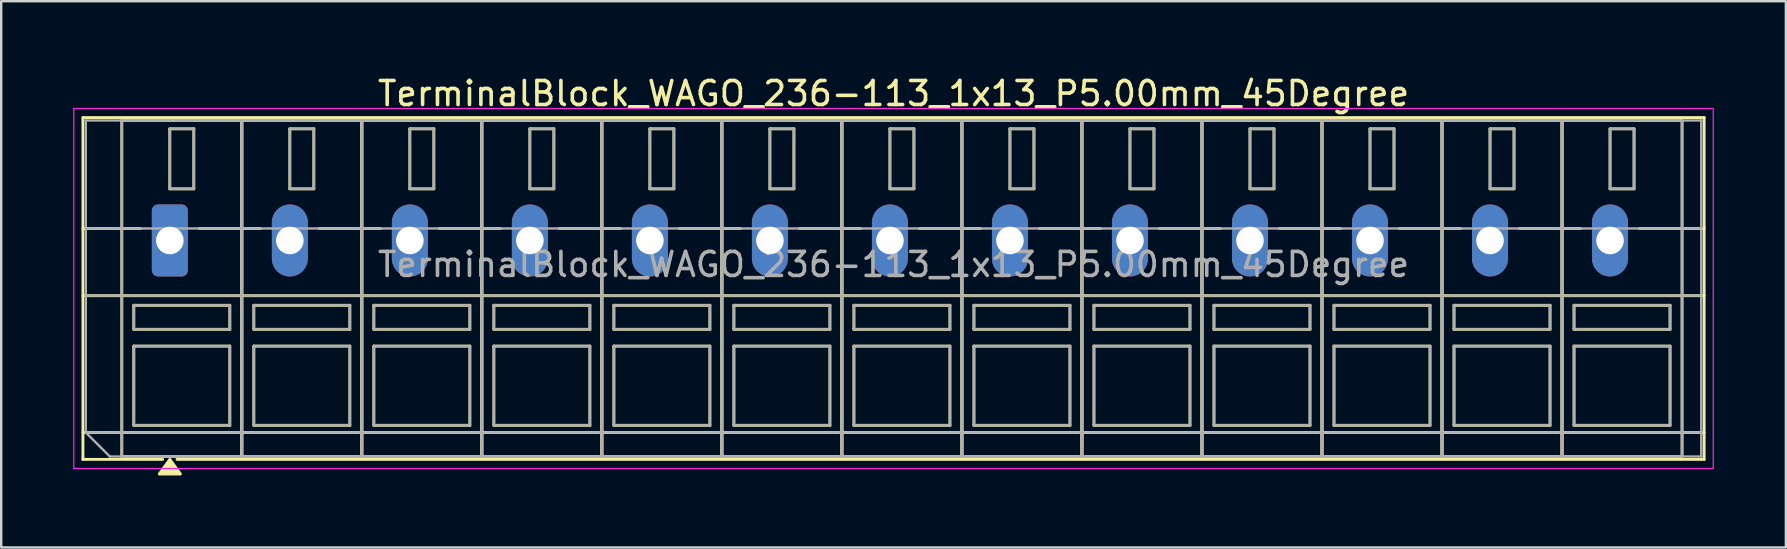
<source format=kicad_pcb>
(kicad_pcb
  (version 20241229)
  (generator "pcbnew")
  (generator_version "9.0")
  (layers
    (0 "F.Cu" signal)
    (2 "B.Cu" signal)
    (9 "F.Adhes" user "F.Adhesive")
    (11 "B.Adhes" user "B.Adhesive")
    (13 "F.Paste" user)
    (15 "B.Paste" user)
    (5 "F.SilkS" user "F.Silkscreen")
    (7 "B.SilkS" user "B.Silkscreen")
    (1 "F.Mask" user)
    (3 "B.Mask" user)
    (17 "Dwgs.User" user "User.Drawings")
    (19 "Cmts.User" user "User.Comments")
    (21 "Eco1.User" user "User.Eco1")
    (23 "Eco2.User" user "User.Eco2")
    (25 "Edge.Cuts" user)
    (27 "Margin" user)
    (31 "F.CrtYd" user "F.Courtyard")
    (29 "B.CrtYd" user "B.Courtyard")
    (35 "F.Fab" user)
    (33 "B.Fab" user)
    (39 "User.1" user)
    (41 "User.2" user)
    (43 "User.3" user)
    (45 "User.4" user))
  (footprint "TerminalBlock_WAGO_236-113_1x13_P5.00mm_45Degree"
    (layer "F.Cu")
    (at 4.025 6.968)
    (property "Reference" "TerminalBlock_WAGO_236-113_1x13_P5.00mm_45Degree" (at 30.15 -6.12 0) (layer "F.SilkS") (effects (font (size 1 1) (thickness 0.15))))
    (attr through_hole)
    (fp_line (start -3.62 -5.12) (end 63.92 -5.12) (stroke (width 0.12) (type solid)) (layer "F.SilkS"))
    (fp_line (start -3.62 -0.5) (end -1.23 -0.5) (stroke (width 0.12) (type solid)) (layer "F.SilkS"))
    (fp_line (start -3.62 2.3) (end 63.92 2.3) (stroke (width 0.12) (type solid)) (layer "F.SilkS"))
    (fp_line (start -3.62 8) (end 63.92 8) (stroke (width 0.12) (type solid)) (layer "F.SilkS"))
    (fp_line (start -3.62 9.12) (end -3.62 -5.12) (stroke (width 0.12) (type solid)) (layer "F.SilkS"))
    (fp_line (start -2 -5) (end 3 -5) (stroke (width 0.12) (type solid)) (layer "F.SilkS"))
    (fp_line (start -2 9) (end -2 -5) (stroke (width 0.12) (type solid)) (layer "F.SilkS"))
    (fp_line (start -1.5 2.7) (end 2.5 2.7) (stroke (width 0.12) (type solid)) (layer "F.SilkS"))
    (fp_line (start -1.5 3.7) (end -1.5 2.7) (stroke (width 0.12) (type solid)) (layer "F.SilkS"))
    (fp_line (start -1.5 4.4) (end 2.5 4.4) (stroke (width 0.12) (type solid)) (layer "F.SilkS"))
    (fp_line (start -1.5 7.7) (end -1.5 4.4) (stroke (width 0.12) (type solid)) (layer "F.SilkS"))
    (fp_line (start -0.3 9.12) (end -3.62 9.12) (stroke (width 0.12) (type solid)) (layer "F.SilkS"))
    (fp_line (start 0 -4.65) (end 1 -4.65) (stroke (width 0.12) (type solid)) (layer "F.SilkS"))
    (fp_line (start 0 -2.15) (end 0 -4.65) (stroke (width 0.12) (type solid)) (layer "F.SilkS"))
    (fp_line (start 1 -4.65) (end 1 -2.15) (stroke (width 0.12) (type solid)) (layer "F.SilkS"))
    (fp_line (start 1 -2.15) (end 0 -2.15) (stroke (width 0.12) (type solid)) (layer "F.SilkS"))
    (fp_line (start 1.23 -0.5) (end 3.77 -0.5) (stroke (width 0.12) (type solid)) (layer "F.SilkS"))
    (fp_line (start 2.5 2.7) (end 2.5 3.7) (stroke (width 0.12) (type solid)) (layer "F.SilkS"))
    (fp_line (start 2.5 3.7) (end -1.5 3.7) (stroke (width 0.12) (type solid)) (layer "F.SilkS"))
    (fp_line (start 2.5 4.4) (end 2.5 7.7) (stroke (width 0.12) (type solid)) (layer "F.SilkS"))
    (fp_line (start 2.5 7.7) (end -1.5 7.7) (stroke (width 0.12) (type solid)) (layer "F.SilkS"))
    (fp_line (start 3 -5) (end 3 9) (stroke (width 0.12) (type solid)) (layer "F.SilkS"))
    (fp_line (start 3 -5) (end 8 -5) (stroke (width 0.12) (type solid)) (layer "F.SilkS"))
    (fp_line (start 3 9) (end -2 9) (stroke (width 0.12) (type solid)) (layer "F.SilkS"))
    (fp_line (start 3 9) (end 3 -5) (stroke (width 0.12) (type solid)) (layer "F.SilkS"))
    (fp_line (start 3.5 2.7) (end 7.5 2.7) (stroke (width 0.12) (type solid)) (layer "F.SilkS"))
    (fp_line (start 3.5 3.7) (end 3.5 2.7) (stroke (width 0.12) (type solid)) (layer "F.SilkS"))
    (fp_line (start 3.5 4.4) (end 7.5 4.4) (stroke (width 0.12) (type solid)) (layer "F.SilkS"))
    (fp_line (start 3.5 7.7) (end 3.5 4.4) (stroke (width 0.12) (type solid)) (layer "F.SilkS"))
    (fp_line (start 5 -4.65) (end 6 -4.65) (stroke (width 0.12) (type solid)) (layer "F.SilkS"))
    (fp_line (start 5 -2.15) (end 5 -4.65) (stroke (width 0.12) (type solid)) (layer "F.SilkS"))
    (fp_line (start 6 -4.65) (end 6 -2.15) (stroke (width 0.12) (type solid)) (layer "F.SilkS"))
    (fp_line (start 6 -2.15) (end 5 -2.15) (stroke (width 0.12) (type solid)) (layer "F.SilkS"))
    (fp_line (start 6.23 -0.5) (end 8.77 -0.5) (stroke (width 0.12) (type solid)) (layer "F.SilkS"))
    (fp_line (start 7.5 2.7) (end 7.5 3.7) (stroke (width 0.12) (type solid)) (layer "F.SilkS"))
    (fp_line (start 7.5 3.7) (end 3.5 3.7) (stroke (width 0.12) (type solid)) (layer "F.SilkS"))
    (fp_line (start 7.5 4.4) (end 7.5 7.7) (stroke (width 0.12) (type solid)) (layer "F.SilkS"))
    (fp_line (start 7.5 7.7) (end 3.5 7.7) (stroke (width 0.12) (type solid)) (layer "F.SilkS"))
    (fp_line (start 8 -5) (end 8 9) (stroke (width 0.12) (type solid)) (layer "F.SilkS"))
    (fp_line (start 8 -5) (end 13 -5) (stroke (width 0.12) (type solid)) (layer "F.SilkS"))
    (fp_line (start 8 9) (end 3 9) (stroke (width 0.12) (type solid)) (layer "F.SilkS"))
    (fp_line (start 8 9) (end 8 -5) (stroke (width 0.12) (type solid)) (layer "F.SilkS"))
    (fp_line (start 8.5 2.7) (end 12.5 2.7) (stroke (width 0.12) (type solid)) (layer "F.SilkS"))
    (fp_line (start 8.5 3.7) (end 8.5 2.7) (stroke (width 0.12) (type solid)) (layer "F.SilkS"))
    (fp_line (start 8.5 4.4) (end 12.5 4.4) (stroke (width 0.12) (type solid)) (layer "F.SilkS"))
    (fp_line (start 8.5 7.7) (end 8.5 4.4) (stroke (width 0.12) (type solid)) (layer "F.SilkS"))
    (fp_line (start 10 -4.65) (end 11 -4.65) (stroke (width 0.12) (type solid)) (layer "F.SilkS"))
    (fp_line (start 10 -2.15) (end 10 -4.65) (stroke (width 0.12) (type solid)) (layer "F.SilkS"))
    (fp_line (start 11 -4.65) (end 11 -2.15) (stroke (width 0.12) (type solid)) (layer "F.SilkS"))
    (fp_line (start 11 -2.15) (end 10 -2.15) (stroke (width 0.12) (type solid)) (layer "F.SilkS"))
    (fp_line (start 11.23 -0.5) (end 13.77 -0.5) (stroke (width 0.12) (type solid)) (layer "F.SilkS"))
    (fp_line (start 12.5 2.7) (end 12.5 3.7) (stroke (width 0.12) (type solid)) (layer "F.SilkS"))
    (fp_line (start 12.5 3.7) (end 8.5 3.7) (stroke (width 0.12) (type solid)) (layer "F.SilkS"))
    (fp_line (start 12.5 4.4) (end 12.5 7.7) (stroke (width 0.12) (type solid)) (layer "F.SilkS"))
    (fp_line (start 12.5 7.7) (end 8.5 7.7) (stroke (width 0.12) (type solid)) (layer "F.SilkS"))
    (fp_line (start 13 -5) (end 13 9) (stroke (width 0.12) (type solid)) (layer "F.SilkS"))
    (fp_line (start 13 -5) (end 18 -5) (stroke (width 0.12) (type solid)) (layer "F.SilkS"))
    (fp_line (start 13 9) (end 8 9) (stroke (width 0.12) (type solid)) (layer "F.SilkS"))
    (fp_line (start 13 9) (end 13 -5) (stroke (width 0.12) (type solid)) (layer "F.SilkS"))
    (fp_line (start 13.5 2.7) (end 17.5 2.7) (stroke (width 0.12) (type solid)) (layer "F.SilkS"))
    (fp_line (start 13.5 3.7) (end 13.5 2.7) (stroke (width 0.12) (type solid)) (layer "F.SilkS"))
    (fp_line (start 13.5 4.4) (end 17.5 4.4) (stroke (width 0.12) (type solid)) (layer "F.SilkS"))
    (fp_line (start 13.5 7.7) (end 13.5 4.4) (stroke (width 0.12) (type solid)) (layer "F.SilkS"))
    (fp_line (start 15 -4.65) (end 16 -4.65) (stroke (width 0.12) (type solid)) (layer "F.SilkS"))
    (fp_line (start 15 -2.15) (end 15 -4.65) (stroke (width 0.12) (type solid)) (layer "F.SilkS"))
    (fp_line (start 16 -4.65) (end 16 -2.15) (stroke (width 0.12) (type solid)) (layer "F.SilkS"))
    (fp_line (start 16 -2.15) (end 15 -2.15) (stroke (width 0.12) (type solid)) (layer "F.SilkS"))
    (fp_line (start 16.23 -0.5) (end 18.77 -0.5) (stroke (width 0.12) (type solid)) (layer "F.SilkS"))
    (fp_line (start 17.5 2.7) (end 17.5 3.7) (stroke (width 0.12) (type solid)) (layer "F.SilkS"))
    (fp_line (start 17.5 3.7) (end 13.5 3.7) (stroke (width 0.12) (type solid)) (layer "F.SilkS"))
    (fp_line (start 17.5 4.4) (end 17.5 7.7) (stroke (width 0.12) (type solid)) (layer "F.SilkS"))
    (fp_line (start 17.5 7.7) (end 13.5 7.7) (stroke (width 0.12) (type solid)) (layer "F.SilkS"))
    (fp_line (start 18 -5) (end 18 9) (stroke (width 0.12) (type solid)) (layer "F.SilkS"))
    (fp_line (start 18 -5) (end 23 -5) (stroke (width 0.12) (type solid)) (layer "F.SilkS"))
    (fp_line (start 18 9) (end 13 9) (stroke (width 0.12) (type solid)) (layer "F.SilkS"))
    (fp_line (start 18 9) (end 18 -5) (stroke (width 0.12) (type solid)) (layer "F.SilkS"))
    (fp_line (start 18.5 2.7) (end 22.5 2.7) (stroke (width 0.12) (type solid)) (layer "F.SilkS"))
    (fp_line (start 18.5 3.7) (end 18.5 2.7) (stroke (width 0.12) (type solid)) (layer "F.SilkS"))
    (fp_line (start 18.5 4.4) (end 22.5 4.4) (stroke (width 0.12) (type solid)) (layer "F.SilkS"))
    (fp_line (start 18.5 7.7) (end 18.5 4.4) (stroke (width 0.12) (type solid)) (layer "F.SilkS"))
    (fp_line (start 20 -4.65) (end 21 -4.65) (stroke (width 0.12) (type solid)) (layer "F.SilkS"))
    (fp_line (start 20 -2.15) (end 20 -4.65) (stroke (width 0.12) (type solid)) (layer "F.SilkS"))
    (fp_line (start 21 -4.65) (end 21 -2.15) (stroke (width 0.12) (type solid)) (layer "F.SilkS"))
    (fp_line (start 21 -2.15) (end 20 -2.15) (stroke (width 0.12) (type solid)) (layer "F.SilkS"))
    (fp_line (start 21.23 -0.5) (end 23.77 -0.5) (stroke (width 0.12) (type solid)) (layer "F.SilkS"))
    (fp_line (start 22.5 2.7) (end 22.5 3.7) (stroke (width 0.12) (type solid)) (layer "F.SilkS"))
    (fp_line (start 22.5 3.7) (end 18.5 3.7) (stroke (width 0.12) (type solid)) (layer "F.SilkS"))
    (fp_line (start 22.5 4.4) (end 22.5 7.7) (stroke (width 0.12) (type solid)) (layer "F.SilkS"))
    (fp_line (start 22.5 7.7) (end 18.5 7.7) (stroke (width 0.12) (type solid)) (layer "F.SilkS"))
    (fp_line (start 23 -5) (end 23 9) (stroke (width 0.12) (type solid)) (layer "F.SilkS"))
    (fp_line (start 23 -5) (end 28 -5) (stroke (width 0.12) (type solid)) (layer "F.SilkS"))
    (fp_line (start 23 9) (end 18 9) (stroke (width 0.12) (type solid)) (layer "F.SilkS"))
    (fp_line (start 23 9) (end 23 -5) (stroke (width 0.12) (type solid)) (layer "F.SilkS"))
    (fp_line (start 23.5 2.7) (end 27.5 2.7) (stroke (width 0.12) (type solid)) (layer "F.SilkS"))
    (fp_line (start 23.5 3.7) (end 23.5 2.7) (stroke (width 0.12) (type solid)) (layer "F.SilkS"))
    (fp_line (start 23.5 4.4) (end 27.5 4.4) (stroke (width 0.12) (type solid)) (layer "F.SilkS"))
    (fp_line (start 23.5 7.7) (end 23.5 4.4) (stroke (width 0.12) (type solid)) (layer "F.SilkS"))
    (fp_line (start 25 -4.65) (end 26 -4.65) (stroke (width 0.12) (type solid)) (layer "F.SilkS"))
    (fp_line (start 25 -2.15) (end 25 -4.65) (stroke (width 0.12) (type solid)) (layer "F.SilkS"))
    (fp_line (start 26 -4.65) (end 26 -2.15) (stroke (width 0.12) (type solid)) (layer "F.SilkS"))
    (fp_line (start 26 -2.15) (end 25 -2.15) (stroke (width 0.12) (type solid)) (layer "F.SilkS"))
    (fp_line (start 26.23 -0.5) (end 28.77 -0.5) (stroke (width 0.12) (type solid)) (layer "F.SilkS"))
    (fp_line (start 27.5 2.7) (end 27.5 3.7) (stroke (width 0.12) (type solid)) (layer "F.SilkS"))
    (fp_line (start 27.5 3.7) (end 23.5 3.7) (stroke (width 0.12) (type solid)) (layer "F.SilkS"))
    (fp_line (start 27.5 4.4) (end 27.5 7.7) (stroke (width 0.12) (type solid)) (layer "F.SilkS"))
    (fp_line (start 27.5 7.7) (end 23.5 7.7) (stroke (width 0.12) (type solid)) (layer "F.SilkS"))
    (fp_line (start 28 -5) (end 28 9) (stroke (width 0.12) (type solid)) (layer "F.SilkS"))
    (fp_line (start 28 -5) (end 33 -5) (stroke (width 0.12) (type solid)) (layer "F.SilkS"))
    (fp_line (start 28 9) (end 23 9) (stroke (width 0.12) (type solid)) (layer "F.SilkS"))
    (fp_line (start 28 9) (end 28 -5) (stroke (width 0.12) (type solid)) (layer "F.SilkS"))
    (fp_line (start 28.5 2.7) (end 32.5 2.7) (stroke (width 0.12) (type solid)) (layer "F.SilkS"))
    (fp_line (start 28.5 3.7) (end 28.5 2.7) (stroke (width 0.12) (type solid)) (layer "F.SilkS"))
    (fp_line (start 28.5 4.4) (end 32.5 4.4) (stroke (width 0.12) (type solid)) (layer "F.SilkS"))
    (fp_line (start 28.5 7.7) (end 28.5 4.4) (stroke (width 0.12) (type solid)) (layer "F.SilkS"))
    (fp_line (start 30 -4.65) (end 31 -4.65) (stroke (width 0.12) (type solid)) (layer "F.SilkS"))
    (fp_line (start 30 -2.15) (end 30 -4.65) (stroke (width 0.12) (type solid)) (layer "F.SilkS"))
    (fp_line (start 31 -4.65) (end 31 -2.15) (stroke (width 0.12) (type solid)) (layer "F.SilkS"))
    (fp_line (start 31 -2.15) (end 30 -2.15) (stroke (width 0.12) (type solid)) (layer "F.SilkS"))
    (fp_line (start 31.23 -0.5) (end 33.77 -0.5) (stroke (width 0.12) (type solid)) (layer "F.SilkS"))
    (fp_line (start 32.5 2.7) (end 32.5 3.7) (stroke (width 0.12) (type solid)) (layer "F.SilkS"))
    (fp_line (start 32.5 3.7) (end 28.5 3.7) (stroke (width 0.12) (type solid)) (layer "F.SilkS"))
    (fp_line (start 32.5 4.4) (end 32.5 7.7) (stroke (width 0.12) (type solid)) (layer "F.SilkS"))
    (fp_line (start 32.5 7.7) (end 28.5 7.7) (stroke (width 0.12) (type solid)) (layer "F.SilkS"))
    (fp_line (start 33 -5) (end 33 9) (stroke (width 0.12) (type solid)) (layer "F.SilkS"))
    (fp_line (start 33 -5) (end 38 -5) (stroke (width 0.12) (type solid)) (layer "F.SilkS"))
    (fp_line (start 33 9) (end 28 9) (stroke (width 0.12) (type solid)) (layer "F.SilkS"))
    (fp_line (start 33 9) (end 33 -5) (stroke (width 0.12) (type solid)) (layer "F.SilkS"))
    (fp_line (start 33.5 2.7) (end 37.5 2.7) (stroke (width 0.12) (type solid)) (layer "F.SilkS"))
    (fp_line (start 33.5 3.7) (end 33.5 2.7) (stroke (width 0.12) (type solid)) (layer "F.SilkS"))
    (fp_line (start 33.5 4.4) (end 37.5 4.4) (stroke (width 0.12) (type solid)) (layer "F.SilkS"))
    (fp_line (start 33.5 7.7) (end 33.5 4.4) (stroke (width 0.12) (type solid)) (layer "F.SilkS"))
    (fp_line (start 35 -4.65) (end 36 -4.65) (stroke (width 0.12) (type solid)) (layer "F.SilkS"))
    (fp_line (start 35 -2.15) (end 35 -4.65) (stroke (width 0.12) (type solid)) (layer "F.SilkS"))
    (fp_line (start 36 -4.65) (end 36 -2.15) (stroke (width 0.12) (type solid)) (layer "F.SilkS"))
    (fp_line (start 36 -2.15) (end 35 -2.15) (stroke (width 0.12) (type solid)) (layer "F.SilkS"))
    (fp_line (start 36.23 -0.5) (end 38.77 -0.5) (stroke (width 0.12) (type solid)) (layer "F.SilkS"))
    (fp_line (start 37.5 2.7) (end 37.5 3.7) (stroke (width 0.12) (type solid)) (layer "F.SilkS"))
    (fp_line (start 37.5 3.7) (end 33.5 3.7) (stroke (width 0.12) (type solid)) (layer "F.SilkS"))
    (fp_line (start 37.5 4.4) (end 37.5 7.7) (stroke (width 0.12) (type solid)) (layer "F.SilkS"))
    (fp_line (start 37.5 7.7) (end 33.5 7.7) (stroke (width 0.12) (type solid)) (layer "F.SilkS"))
    (fp_line (start 38 -5) (end 38 9) (stroke (width 0.12) (type solid)) (layer "F.SilkS"))
    (fp_line (start 38 -5) (end 43 -5) (stroke (width 0.12) (type solid)) (layer "F.SilkS"))
    (fp_line (start 38 9) (end 33 9) (stroke (width 0.12) (type solid)) (layer "F.SilkS"))
    (fp_line (start 38 9) (end 38 -5) (stroke (width 0.12) (type solid)) (layer "F.SilkS"))
    (fp_line (start 38.5 2.7) (end 42.5 2.7) (stroke (width 0.12) (type solid)) (layer "F.SilkS"))
    (fp_line (start 38.5 3.7) (end 38.5 2.7) (stroke (width 0.12) (type solid)) (layer "F.SilkS"))
    (fp_line (start 38.5 4.4) (end 42.5 4.4) (stroke (width 0.12) (type solid)) (layer "F.SilkS"))
    (fp_line (start 38.5 7.7) (end 38.5 4.4) (stroke (width 0.12) (type solid)) (layer "F.SilkS"))
    (fp_line (start 40 -4.65) (end 41 -4.65) (stroke (width 0.12) (type solid)) (layer "F.SilkS"))
    (fp_line (start 40 -2.15) (end 40 -4.65) (stroke (width 0.12) (type solid)) (layer "F.SilkS"))
    (fp_line (start 41 -4.65) (end 41 -2.15) (stroke (width 0.12) (type solid)) (layer "F.SilkS"))
    (fp_line (start 41 -2.15) (end 40 -2.15) (stroke (width 0.12) (type solid)) (layer "F.SilkS"))
    (fp_line (start 41.23 -0.5) (end 43.77 -0.5) (stroke (width 0.12) (type solid)) (layer "F.SilkS"))
    (fp_line (start 42.5 2.7) (end 42.5 3.7) (stroke (width 0.12) (type solid)) (layer "F.SilkS"))
    (fp_line (start 42.5 3.7) (end 38.5 3.7) (stroke (width 0.12) (type solid)) (layer "F.SilkS"))
    (fp_line (start 42.5 4.4) (end 42.5 7.7) (stroke (width 0.12) (type solid)) (layer "F.SilkS"))
    (fp_line (start 42.5 7.7) (end 38.5 7.7) (stroke (width 0.12) (type solid)) (layer "F.SilkS"))
    (fp_line (start 43 -5) (end 43 9) (stroke (width 0.12) (type solid)) (layer "F.SilkS"))
    (fp_line (start 43 -5) (end 48 -5) (stroke (width 0.12) (type solid)) (layer "F.SilkS"))
    (fp_line (start 43 9) (end 38 9) (stroke (width 0.12) (type solid)) (layer "F.SilkS"))
    (fp_line (start 43 9) (end 43 -5) (stroke (width 0.12) (type solid)) (layer "F.SilkS"))
    (fp_line (start 43.5 2.7) (end 47.5 2.7) (stroke (width 0.12) (type solid)) (layer "F.SilkS"))
    (fp_line (start 43.5 3.7) (end 43.5 2.7) (stroke (width 0.12) (type solid)) (layer "F.SilkS"))
    (fp_line (start 43.5 4.4) (end 47.5 4.4) (stroke (width 0.12) (type solid)) (layer "F.SilkS"))
    (fp_line (start 43.5 7.7) (end 43.5 4.4) (stroke (width 0.12) (type solid)) (layer "F.SilkS"))
    (fp_line (start 45 -4.65) (end 46 -4.65) (stroke (width 0.12) (type solid)) (layer "F.SilkS"))
    (fp_line (start 45 -2.15) (end 45 -4.65) (stroke (width 0.12) (type solid)) (layer "F.SilkS"))
    (fp_line (start 46 -4.65) (end 46 -2.15) (stroke (width 0.12) (type solid)) (layer "F.SilkS"))
    (fp_line (start 46 -2.15) (end 45 -2.15) (stroke (width 0.12) (type solid)) (layer "F.SilkS"))
    (fp_line (start 46.23 -0.5) (end 48.77 -0.5) (stroke (width 0.12) (type solid)) (layer "F.SilkS"))
    (fp_line (start 47.5 2.7) (end 47.5 3.7) (stroke (width 0.12) (type solid)) (layer "F.SilkS"))
    (fp_line (start 47.5 3.7) (end 43.5 3.7) (stroke (width 0.12) (type solid)) (layer "F.SilkS"))
    (fp_line (start 47.5 4.4) (end 47.5 7.7) (stroke (width 0.12) (type solid)) (layer "F.SilkS"))
    (fp_line (start 47.5 7.7) (end 43.5 7.7) (stroke (width 0.12) (type solid)) (layer "F.SilkS"))
    (fp_line (start 48 -5) (end 48 9) (stroke (width 0.12) (type solid)) (layer "F.SilkS"))
    (fp_line (start 48 -5) (end 53 -5) (stroke (width 0.12) (type solid)) (layer "F.SilkS"))
    (fp_line (start 48 9) (end 43 9) (stroke (width 0.12) (type solid)) (layer "F.SilkS"))
    (fp_line (start 48 9) (end 48 -5) (stroke (width 0.12) (type solid)) (layer "F.SilkS"))
    (fp_line (start 48.5 2.7) (end 52.5 2.7) (stroke (width 0.12) (type solid)) (layer "F.SilkS"))
    (fp_line (start 48.5 3.7) (end 48.5 2.7) (stroke (width 0.12) (type solid)) (layer "F.SilkS"))
    (fp_line (start 48.5 4.4) (end 52.5 4.4) (stroke (width 0.12) (type solid)) (layer "F.SilkS"))
    (fp_line (start 48.5 7.7) (end 48.5 4.4) (stroke (width 0.12) (type solid)) (layer "F.SilkS"))
    (fp_line (start 50 -4.65) (end 51 -4.65) (stroke (width 0.12) (type solid)) (layer "F.SilkS"))
    (fp_line (start 50 -2.15) (end 50 -4.65) (stroke (width 0.12) (type solid)) (layer "F.SilkS"))
    (fp_line (start 51 -4.65) (end 51 -2.15) (stroke (width 0.12) (type solid)) (layer "F.SilkS"))
    (fp_line (start 51 -2.15) (end 50 -2.15) (stroke (width 0.12) (type solid)) (layer "F.SilkS"))
    (fp_line (start 51.23 -0.5) (end 53.77 -0.5) (stroke (width 0.12) (type solid)) (layer "F.SilkS"))
    (fp_line (start 52.5 2.7) (end 52.5 3.7) (stroke (width 0.12) (type solid)) (layer "F.SilkS"))
    (fp_line (start 52.5 3.7) (end 48.5 3.7) (stroke (width 0.12) (type solid)) (layer "F.SilkS"))
    (fp_line (start 52.5 4.4) (end 52.5 7.7) (stroke (width 0.12) (type solid)) (layer "F.SilkS"))
    (fp_line (start 52.5 7.7) (end 48.5 7.7) (stroke (width 0.12) (type solid)) (layer "F.SilkS"))
    (fp_line (start 53 -5) (end 53 9) (stroke (width 0.12) (type solid)) (layer "F.SilkS"))
    (fp_line (start 53 -5) (end 58 -5) (stroke (width 0.12) (type solid)) (layer "F.SilkS"))
    (fp_line (start 53 9) (end 48 9) (stroke (width 0.12) (type solid)) (layer "F.SilkS"))
    (fp_line (start 53 9) (end 53 -5) (stroke (width 0.12) (type solid)) (layer "F.SilkS"))
    (fp_line (start 53.5 2.7) (end 57.5 2.7) (stroke (width 0.12) (type solid)) (layer "F.SilkS"))
    (fp_line (start 53.5 3.7) (end 53.5 2.7) (stroke (width 0.12) (type solid)) (layer "F.SilkS"))
    (fp_line (start 53.5 4.4) (end 57.5 4.4) (stroke (width 0.12) (type solid)) (layer "F.SilkS"))
    (fp_line (start 53.5 7.7) (end 53.5 4.4) (stroke (width 0.12) (type solid)) (layer "F.SilkS"))
    (fp_line (start 55 -4.65) (end 56 -4.65) (stroke (width 0.12) (type solid)) (layer "F.SilkS"))
    (fp_line (start 55 -2.15) (end 55 -4.65) (stroke (width 0.12) (type solid)) (layer "F.SilkS"))
    (fp_line (start 56 -4.65) (end 56 -2.15) (stroke (width 0.12) (type solid)) (layer "F.SilkS"))
    (fp_line (start 56 -2.15) (end 55 -2.15) (stroke (width 0.12) (type solid)) (layer "F.SilkS"))
    (fp_line (start 56.23 -0.5) (end 58.77 -0.5) (stroke (width 0.12) (type solid)) (layer "F.SilkS"))
    (fp_line (start 57.5 2.7) (end 57.5 3.7) (stroke (width 0.12) (type solid)) (layer "F.SilkS"))
    (fp_line (start 57.5 3.7) (end 53.5 3.7) (stroke (width 0.12) (type solid)) (layer "F.SilkS"))
    (fp_line (start 57.5 4.4) (end 57.5 7.7) (stroke (width 0.12) (type solid)) (layer "F.SilkS"))
    (fp_line (start 57.5 7.7) (end 53.5 7.7) (stroke (width 0.12) (type solid)) (layer "F.SilkS"))
    (fp_line (start 58 -5) (end 58 9) (stroke (width 0.12) (type solid)) (layer "F.SilkS"))
    (fp_line (start 58 -5) (end 63 -5) (stroke (width 0.12) (type solid)) (layer "F.SilkS"))
    (fp_line (start 58 9) (end 53 9) (stroke (width 0.12) (type solid)) (layer "F.SilkS"))
    (fp_line (start 58 9) (end 58 -5) (stroke (width 0.12) (type solid)) (layer "F.SilkS"))
    (fp_line (start 58.5 2.7) (end 62.5 2.7) (stroke (width 0.12) (type solid)) (layer "F.SilkS"))
    (fp_line (start 58.5 3.7) (end 58.5 2.7) (stroke (width 0.12) (type solid)) (layer "F.SilkS"))
    (fp_line (start 58.5 4.4) (end 62.5 4.4) (stroke (width 0.12) (type solid)) (layer "F.SilkS"))
    (fp_line (start 58.5 7.7) (end 58.5 4.4) (stroke (width 0.12) (type solid)) (layer "F.SilkS"))
    (fp_line (start 60 -4.65) (end 61 -4.65) (stroke (width 0.12) (type solid)) (layer "F.SilkS"))
    (fp_line (start 60 -2.15) (end 60 -4.65) (stroke (width 0.12) (type solid)) (layer "F.SilkS"))
    (fp_line (start 61 -4.65) (end 61 -2.15) (stroke (width 0.12) (type solid)) (layer "F.SilkS"))
    (fp_line (start 61 -2.15) (end 60 -2.15) (stroke (width 0.12) (type solid)) (layer "F.SilkS"))
    (fp_line (start 61.23 -0.5) (end 63.92 -0.5) (stroke (width 0.12) (type solid)) (layer "F.SilkS"))
    (fp_line (start 62.5 2.7) (end 62.5 3.7) (stroke (width 0.12) (type solid)) (layer "F.SilkS"))
    (fp_line (start 62.5 3.7) (end 58.5 3.7) (stroke (width 0.12) (type solid)) (layer "F.SilkS"))
    (fp_line (start 62.5 4.4) (end 62.5 7.7) (stroke (width 0.12) (type solid)) (layer "F.SilkS"))
    (fp_line (start 62.5 7.7) (end 58.5 7.7) (stroke (width 0.12) (type solid)) (layer "F.SilkS"))
    (fp_line (start 63 -5) (end 63 9) (stroke (width 0.12) (type solid)) (layer "F.SilkS"))
    (fp_line (start 63 9) (end 58 9) (stroke (width 0.12) (type solid)) (layer "F.SilkS"))
    (fp_line (start 63.92 -5.12) (end 63.92 9.12) (stroke (width 0.12) (type solid)) (layer "F.SilkS"))
    (fp_line (start 63.92 9.12) (end 0.3 9.12) (stroke (width 0.12) (type solid)) (layer "F.SilkS"))
    (fp_poly (pts (xy 0 9.12) (xy 0.44 9.73) (xy -0.44 9.73)) (stroke (width 0.12) (type solid)) (fill yes) (layer "F.SilkS"))
    (fp_line (start -4 -5.5) (end -4 9.5) (stroke (width 0.05) (type solid)) (layer "F.CrtYd"))
    (fp_line (start -4 9.5) (end 64.3 9.5) (stroke (width 0.05) (type solid)) (layer "F.CrtYd"))
    (fp_line (start 64.3 -5.5) (end -4 -5.5) (stroke (width 0.05) (type solid)) (layer "F.CrtYd"))
    (fp_line (start 64.3 9.5) (end 64.3 -5.5) (stroke (width 0.05) (type solid)) (layer "F.CrtYd"))
    (fp_line (start -3.5 -5) (end 63.8 -5) (stroke (width 0.1) (type solid)) (layer "F.Fab"))
    (fp_line (start -3.5 -0.5) (end 63.8 -0.5) (stroke (width 0.1) (type solid)) (layer "F.Fab"))
    (fp_line (start -3.5 2.3) (end 63.8 2.3) (stroke (width 0.1) (type solid)) (layer "F.Fab"))
    (fp_line (start -3.5 8) (end -3.5 -5) (stroke (width 0.1) (type solid)) (layer "F.Fab"))
    (fp_line (start -3.5 8) (end 63.8 8) (stroke (width 0.1) (type solid)) (layer "F.Fab"))
    (fp_line (start -2.5 9) (end -3.5 8) (stroke (width 0.1) (type solid)) (layer "F.Fab"))
    (fp_line (start -2 -5) (end -2 9) (stroke (width 0.1) (type solid)) (layer "F.Fab"))
    (fp_line (start -2 9) (end 3 9) (stroke (width 0.1) (type solid)) (layer "F.Fab"))
    (fp_line (start -1.5 2.7) (end -1.5 3.7) (stroke (width 0.1) (type solid)) (layer "F.Fab"))
    (fp_line (start -1.5 3.7) (end 2.5 3.7) (stroke (width 0.1) (type solid)) (layer "F.Fab"))
    (fp_line (start -1.5 4.4) (end -1.5 7.7) (stroke (width 0.1) (type solid)) (layer "F.Fab"))
    (fp_line (start -1.5 7.7) (end 2.5 7.7) (stroke (width 0.1) (type solid)) (layer "F.Fab"))
    (fp_line (start 0 -4.65) (end 0 -2.15) (stroke (width 0.1) (type solid)) (layer "F.Fab"))
    (fp_line (start 0 -2.15) (end 1 -2.15) (stroke (width 0.1) (type solid)) (layer "F.Fab"))
    (fp_line (start 1 -4.65) (end 0 -4.65) (stroke (width 0.1) (type solid)) (layer "F.Fab"))
    (fp_line (start 1 -2.15) (end 1 -4.65) (stroke (width 0.1) (type solid)) (layer "F.Fab"))
    (fp_line (start 2.5 2.7) (end -1.5 2.7) (stroke (width 0.1) (type solid)) (layer "F.Fab"))
    (fp_line (start 2.5 3.7) (end 2.5 2.7) (stroke (width 0.1) (type solid)) (layer "F.Fab"))
    (fp_line (start 2.5 4.4) (end -1.5 4.4) (stroke (width 0.1) (type solid)) (layer "F.Fab"))
    (fp_line (start 2.5 7.7) (end 2.5 4.4) (stroke (width 0.1) (type solid)) (layer "F.Fab"))
    (fp_line (start 3 -5) (end -2 -5) (stroke (width 0.1) (type solid)) (layer "F.Fab"))
    (fp_line (start 3 -5) (end 3 9) (stroke (width 0.1) (type solid)) (layer "F.Fab"))
    (fp_line (start 3 9) (end 3 -5) (stroke (width 0.1) (type solid)) (layer "F.Fab"))
    (fp_line (start 3 9) (end 8 9) (stroke (width 0.1) (type solid)) (layer "F.Fab"))
    (fp_line (start 3.5 2.7) (end 3.5 3.7) (stroke (width 0.1) (type solid)) (layer "F.Fab"))
    (fp_line (start 3.5 3.7) (end 7.5 3.7) (stroke (width 0.1) (type solid)) (layer "F.Fab"))
    (fp_line (start 3.5 4.4) (end 3.5 7.7) (stroke (width 0.1) (type solid)) (layer "F.Fab"))
    (fp_line (start 3.5 7.7) (end 7.5 7.7) (stroke (width 0.1) (type solid)) (layer "F.Fab"))
    (fp_line (start 5 -4.65) (end 5 -2.15) (stroke (width 0.1) (type solid)) (layer "F.Fab"))
    (fp_line (start 5 -2.15) (end 6 -2.15) (stroke (width 0.1) (type solid)) (layer "F.Fab"))
    (fp_line (start 6 -4.65) (end 5 -4.65) (stroke (width 0.1) (type solid)) (layer "F.Fab"))
    (fp_line (start 6 -2.15) (end 6 -4.65) (stroke (width 0.1) (type solid)) (layer "F.Fab"))
    (fp_line (start 7.5 2.7) (end 3.5 2.7) (stroke (width 0.1) (type solid)) (layer "F.Fab"))
    (fp_line (start 7.5 3.7) (end 7.5 2.7) (stroke (width 0.1) (type solid)) (layer "F.Fab"))
    (fp_line (start 7.5 4.4) (end 3.5 4.4) (stroke (width 0.1) (type solid)) (layer "F.Fab"))
    (fp_line (start 7.5 7.7) (end 7.5 4.4) (stroke (width 0.1) (type solid)) (layer "F.Fab"))
    (fp_line (start 8 -5) (end 3 -5) (stroke (width 0.1) (type solid)) (layer "F.Fab"))
    (fp_line (start 8 -5) (end 8 9) (stroke (width 0.1) (type solid)) (layer "F.Fab"))
    (fp_line (start 8 9) (end 8 -5) (stroke (width 0.1) (type solid)) (layer "F.Fab"))
    (fp_line (start 8 9) (end 13 9) (stroke (width 0.1) (type solid)) (layer "F.Fab"))
    (fp_line (start 8.5 2.7) (end 8.5 3.7) (stroke (width 0.1) (type solid)) (layer "F.Fab"))
    (fp_line (start 8.5 3.7) (end 12.5 3.7) (stroke (width 0.1) (type solid)) (layer "F.Fab"))
    (fp_line (start 8.5 4.4) (end 8.5 7.7) (stroke (width 0.1) (type solid)) (layer "F.Fab"))
    (fp_line (start 8.5 7.7) (end 12.5 7.7) (stroke (width 0.1) (type solid)) (layer "F.Fab"))
    (fp_line (start 10 -4.65) (end 10 -2.15) (stroke (width 0.1) (type solid)) (layer "F.Fab"))
    (fp_line (start 10 -2.15) (end 11 -2.15) (stroke (width 0.1) (type solid)) (layer "F.Fab"))
    (fp_line (start 11 -4.65) (end 10 -4.65) (stroke (width 0.1) (type solid)) (layer "F.Fab"))
    (fp_line (start 11 -2.15) (end 11 -4.65) (stroke (width 0.1) (type solid)) (layer "F.Fab"))
    (fp_line (start 12.5 2.7) (end 8.5 2.7) (stroke (width 0.1) (type solid)) (layer "F.Fab"))
    (fp_line (start 12.5 3.7) (end 12.5 2.7) (stroke (width 0.1) (type solid)) (layer "F.Fab"))
    (fp_line (start 12.5 4.4) (end 8.5 4.4) (stroke (width 0.1) (type solid)) (layer "F.Fab"))
    (fp_line (start 12.5 7.7) (end 12.5 4.4) (stroke (width 0.1) (type solid)) (layer "F.Fab"))
    (fp_line (start 13 -5) (end 8 -5) (stroke (width 0.1) (type solid)) (layer "F.Fab"))
    (fp_line (start 13 -5) (end 13 9) (stroke (width 0.1) (type solid)) (layer "F.Fab"))
    (fp_line (start 13 9) (end 13 -5) (stroke (width 0.1) (type solid)) (layer "F.Fab"))
    (fp_line (start 13 9) (end 18 9) (stroke (width 0.1) (type solid)) (layer "F.Fab"))
    (fp_line (start 13.5 2.7) (end 13.5 3.7) (stroke (width 0.1) (type solid)) (layer "F.Fab"))
    (fp_line (start 13.5 3.7) (end 17.5 3.7) (stroke (width 0.1) (type solid)) (layer "F.Fab"))
    (fp_line (start 13.5 4.4) (end 13.5 7.7) (stroke (width 0.1) (type solid)) (layer "F.Fab"))
    (fp_line (start 13.5 7.7) (end 17.5 7.7) (stroke (width 0.1) (type solid)) (layer "F.Fab"))
    (fp_line (start 15 -4.65) (end 15 -2.15) (stroke (width 0.1) (type solid)) (layer "F.Fab"))
    (fp_line (start 15 -2.15) (end 16 -2.15) (stroke (width 0.1) (type solid)) (layer "F.Fab"))
    (fp_line (start 16 -4.65) (end 15 -4.65) (stroke (width 0.1) (type solid)) (layer "F.Fab"))
    (fp_line (start 16 -2.15) (end 16 -4.65) (stroke (width 0.1) (type solid)) (layer "F.Fab"))
    (fp_line (start 17.5 2.7) (end 13.5 2.7) (stroke (width 0.1) (type solid)) (layer "F.Fab"))
    (fp_line (start 17.5 3.7) (end 17.5 2.7) (stroke (width 0.1) (type solid)) (layer "F.Fab"))
    (fp_line (start 17.5 4.4) (end 13.5 4.4) (stroke (width 0.1) (type solid)) (layer "F.Fab"))
    (fp_line (start 17.5 7.7) (end 17.5 4.4) (stroke (width 0.1) (type solid)) (layer "F.Fab"))
    (fp_line (start 18 -5) (end 13 -5) (stroke (width 0.1) (type solid)) (layer "F.Fab"))
    (fp_line (start 18 -5) (end 18 9) (stroke (width 0.1) (type solid)) (layer "F.Fab"))
    (fp_line (start 18 9) (end 18 -5) (stroke (width 0.1) (type solid)) (layer "F.Fab"))
    (fp_line (start 18 9) (end 23 9) (stroke (width 0.1) (type solid)) (layer "F.Fab"))
    (fp_line (start 18.5 2.7) (end 18.5 3.7) (stroke (width 0.1) (type solid)) (layer "F.Fab"))
    (fp_line (start 18.5 3.7) (end 22.5 3.7) (stroke (width 0.1) (type solid)) (layer "F.Fab"))
    (fp_line (start 18.5 4.4) (end 18.5 7.7) (stroke (width 0.1) (type solid)) (layer "F.Fab"))
    (fp_line (start 18.5 7.7) (end 22.5 7.7) (stroke (width 0.1) (type solid)) (layer "F.Fab"))
    (fp_line (start 20 -4.65) (end 20 -2.15) (stroke (width 0.1) (type solid)) (layer "F.Fab"))
    (fp_line (start 20 -2.15) (end 21 -2.15) (stroke (width 0.1) (type solid)) (layer "F.Fab"))
    (fp_line (start 21 -4.65) (end 20 -4.65) (stroke (width 0.1) (type solid)) (layer "F.Fab"))
    (fp_line (start 21 -2.15) (end 21 -4.65) (stroke (width 0.1) (type solid)) (layer "F.Fab"))
    (fp_line (start 22.5 2.7) (end 18.5 2.7) (stroke (width 0.1) (type solid)) (layer "F.Fab"))
    (fp_line (start 22.5 3.7) (end 22.5 2.7) (stroke (width 0.1) (type solid)) (layer "F.Fab"))
    (fp_line (start 22.5 4.4) (end 18.5 4.4) (stroke (width 0.1) (type solid)) (layer "F.Fab"))
    (fp_line (start 22.5 7.7) (end 22.5 4.4) (stroke (width 0.1) (type solid)) (layer "F.Fab"))
    (fp_line (start 23 -5) (end 18 -5) (stroke (width 0.1) (type solid)) (layer "F.Fab"))
    (fp_line (start 23 -5) (end 23 9) (stroke (width 0.1) (type solid)) (layer "F.Fab"))
    (fp_line (start 23 9) (end 23 -5) (stroke (width 0.1) (type solid)) (layer "F.Fab"))
    (fp_line (start 23 9) (end 28 9) (stroke (width 0.1) (type solid)) (layer "F.Fab"))
    (fp_line (start 23.5 2.7) (end 23.5 3.7) (stroke (width 0.1) (type solid)) (layer "F.Fab"))
    (fp_line (start 23.5 3.7) (end 27.5 3.7) (stroke (width 0.1) (type solid)) (layer "F.Fab"))
    (fp_line (start 23.5 4.4) (end 23.5 7.7) (stroke (width 0.1) (type solid)) (layer "F.Fab"))
    (fp_line (start 23.5 7.7) (end 27.5 7.7) (stroke (width 0.1) (type solid)) (layer "F.Fab"))
    (fp_line (start 25 -4.65) (end 25 -2.15) (stroke (width 0.1) (type solid)) (layer "F.Fab"))
    (fp_line (start 25 -2.15) (end 26 -2.15) (stroke (width 0.1) (type solid)) (layer "F.Fab"))
    (fp_line (start 26 -4.65) (end 25 -4.65) (stroke (width 0.1) (type solid)) (layer "F.Fab"))
    (fp_line (start 26 -2.15) (end 26 -4.65) (stroke (width 0.1) (type solid)) (layer "F.Fab"))
    (fp_line (start 27.5 2.7) (end 23.5 2.7) (stroke (width 0.1) (type solid)) (layer "F.Fab"))
    (fp_line (start 27.5 3.7) (end 27.5 2.7) (stroke (width 0.1) (type solid)) (layer "F.Fab"))
    (fp_line (start 27.5 4.4) (end 23.5 4.4) (stroke (width 0.1) (type solid)) (layer "F.Fab"))
    (fp_line (start 27.5 7.7) (end 27.5 4.4) (stroke (width 0.1) (type solid)) (layer "F.Fab"))
    (fp_line (start 28 -5) (end 23 -5) (stroke (width 0.1) (type solid)) (layer "F.Fab"))
    (fp_line (start 28 -5) (end 28 9) (stroke (width 0.1) (type solid)) (layer "F.Fab"))
    (fp_line (start 28 9) (end 28 -5) (stroke (width 0.1) (type solid)) (layer "F.Fab"))
    (fp_line (start 28 9) (end 33 9) (stroke (width 0.1) (type solid)) (layer "F.Fab"))
    (fp_line (start 28.5 2.7) (end 28.5 3.7) (stroke (width 0.1) (type solid)) (layer "F.Fab"))
    (fp_line (start 28.5 3.7) (end 32.5 3.7) (stroke (width 0.1) (type solid)) (layer "F.Fab"))
    (fp_line (start 28.5 4.4) (end 28.5 7.7) (stroke (width 0.1) (type solid)) (layer "F.Fab"))
    (fp_line (start 28.5 7.7) (end 32.5 7.7) (stroke (width 0.1) (type solid)) (layer "F.Fab"))
    (fp_line (start 30 -4.65) (end 30 -2.15) (stroke (width 0.1) (type solid)) (layer "F.Fab"))
    (fp_line (start 30 -2.15) (end 31 -2.15) (stroke (width 0.1) (type solid)) (layer "F.Fab"))
    (fp_line (start 31 -4.65) (end 30 -4.65) (stroke (width 0.1) (type solid)) (layer "F.Fab"))
    (fp_line (start 31 -2.15) (end 31 -4.65) (stroke (width 0.1) (type solid)) (layer "F.Fab"))
    (fp_line (start 32.5 2.7) (end 28.5 2.7) (stroke (width 0.1) (type solid)) (layer "F.Fab"))
    (fp_line (start 32.5 3.7) (end 32.5 2.7) (stroke (width 0.1) (type solid)) (layer "F.Fab"))
    (fp_line (start 32.5 4.4) (end 28.5 4.4) (stroke (width 0.1) (type solid)) (layer "F.Fab"))
    (fp_line (start 32.5 7.7) (end 32.5 4.4) (stroke (width 0.1) (type solid)) (layer "F.Fab"))
    (fp_line (start 33 -5) (end 28 -5) (stroke (width 0.1) (type solid)) (layer "F.Fab"))
    (fp_line (start 33 -5) (end 33 9) (stroke (width 0.1) (type solid)) (layer "F.Fab"))
    (fp_line (start 33 9) (end 33 -5) (stroke (width 0.1) (type solid)) (layer "F.Fab"))
    (fp_line (start 33 9) (end 38 9) (stroke (width 0.1) (type solid)) (layer "F.Fab"))
    (fp_line (start 33.5 2.7) (end 33.5 3.7) (stroke (width 0.1) (type solid)) (layer "F.Fab"))
    (fp_line (start 33.5 3.7) (end 37.5 3.7) (stroke (width 0.1) (type solid)) (layer "F.Fab"))
    (fp_line (start 33.5 4.4) (end 33.5 7.7) (stroke (width 0.1) (type solid)) (layer "F.Fab"))
    (fp_line (start 33.5 7.7) (end 37.5 7.7) (stroke (width 0.1) (type solid)) (layer "F.Fab"))
    (fp_line (start 35 -4.65) (end 35 -2.15) (stroke (width 0.1) (type solid)) (layer "F.Fab"))
    (fp_line (start 35 -2.15) (end 36 -2.15) (stroke (width 0.1) (type solid)) (layer "F.Fab"))
    (fp_line (start 36 -4.65) (end 35 -4.65) (stroke (width 0.1) (type solid)) (layer "F.Fab"))
    (fp_line (start 36 -2.15) (end 36 -4.65) (stroke (width 0.1) (type solid)) (layer "F.Fab"))
    (fp_line (start 37.5 2.7) (end 33.5 2.7) (stroke (width 0.1) (type solid)) (layer "F.Fab"))
    (fp_line (start 37.5 3.7) (end 37.5 2.7) (stroke (width 0.1) (type solid)) (layer "F.Fab"))
    (fp_line (start 37.5 4.4) (end 33.5 4.4) (stroke (width 0.1) (type solid)) (layer "F.Fab"))
    (fp_line (start 37.5 7.7) (end 37.5 4.4) (stroke (width 0.1) (type solid)) (layer "F.Fab"))
    (fp_line (start 38 -5) (end 33 -5) (stroke (width 0.1) (type solid)) (layer "F.Fab"))
    (fp_line (start 38 -5) (end 38 9) (stroke (width 0.1) (type solid)) (layer "F.Fab"))
    (fp_line (start 38 9) (end 38 -5) (stroke (width 0.1) (type solid)) (layer "F.Fab"))
    (fp_line (start 38 9) (end 43 9) (stroke (width 0.1) (type solid)) (layer "F.Fab"))
    (fp_line (start 38.5 2.7) (end 38.5 3.7) (stroke (width 0.1) (type solid)) (layer "F.Fab"))
    (fp_line (start 38.5 3.7) (end 42.5 3.7) (stroke (width 0.1) (type solid)) (layer "F.Fab"))
    (fp_line (start 38.5 4.4) (end 38.5 7.7) (stroke (width 0.1) (type solid)) (layer "F.Fab"))
    (fp_line (start 38.5 7.7) (end 42.5 7.7) (stroke (width 0.1) (type solid)) (layer "F.Fab"))
    (fp_line (start 40 -4.65) (end 40 -2.15) (stroke (width 0.1) (type solid)) (layer "F.Fab"))
    (fp_line (start 40 -2.15) (end 41 -2.15) (stroke (width 0.1) (type solid)) (layer "F.Fab"))
    (fp_line (start 41 -4.65) (end 40 -4.65) (stroke (width 0.1) (type solid)) (layer "F.Fab"))
    (fp_line (start 41 -2.15) (end 41 -4.65) (stroke (width 0.1) (type solid)) (layer "F.Fab"))
    (fp_line (start 42.5 2.7) (end 38.5 2.7) (stroke (width 0.1) (type solid)) (layer "F.Fab"))
    (fp_line (start 42.5 3.7) (end 42.5 2.7) (stroke (width 0.1) (type solid)) (layer "F.Fab"))
    (fp_line (start 42.5 4.4) (end 38.5 4.4) (stroke (width 0.1) (type solid)) (layer "F.Fab"))
    (fp_line (start 42.5 7.7) (end 42.5 4.4) (stroke (width 0.1) (type solid)) (layer "F.Fab"))
    (fp_line (start 43 -5) (end 38 -5) (stroke (width 0.1) (type solid)) (layer "F.Fab"))
    (fp_line (start 43 -5) (end 43 9) (stroke (width 0.1) (type solid)) (layer "F.Fab"))
    (fp_line (start 43 9) (end 43 -5) (stroke (width 0.1) (type solid)) (layer "F.Fab"))
    (fp_line (start 43 9) (end 48 9) (stroke (width 0.1) (type solid)) (layer "F.Fab"))
    (fp_line (start 43.5 2.7) (end 43.5 3.7) (stroke (width 0.1) (type solid)) (layer "F.Fab"))
    (fp_line (start 43.5 3.7) (end 47.5 3.7) (stroke (width 0.1) (type solid)) (layer "F.Fab"))
    (fp_line (start 43.5 4.4) (end 43.5 7.7) (stroke (width 0.1) (type solid)) (layer "F.Fab"))
    (fp_line (start 43.5 7.7) (end 47.5 7.7) (stroke (width 0.1) (type solid)) (layer "F.Fab"))
    (fp_line (start 45 -4.65) (end 45 -2.15) (stroke (width 0.1) (type solid)) (layer "F.Fab"))
    (fp_line (start 45 -2.15) (end 46 -2.15) (stroke (width 0.1) (type solid)) (layer "F.Fab"))
    (fp_line (start 46 -4.65) (end 45 -4.65) (stroke (width 0.1) (type solid)) (layer "F.Fab"))
    (fp_line (start 46 -2.15) (end 46 -4.65) (stroke (width 0.1) (type solid)) (layer "F.Fab"))
    (fp_line (start 47.5 2.7) (end 43.5 2.7) (stroke (width 0.1) (type solid)) (layer "F.Fab"))
    (fp_line (start 47.5 3.7) (end 47.5 2.7) (stroke (width 0.1) (type solid)) (layer "F.Fab"))
    (fp_line (start 47.5 4.4) (end 43.5 4.4) (stroke (width 0.1) (type solid)) (layer "F.Fab"))
    (fp_line (start 47.5 7.7) (end 47.5 4.4) (stroke (width 0.1) (type solid)) (layer "F.Fab"))
    (fp_line (start 48 -5) (end 43 -5) (stroke (width 0.1) (type solid)) (layer "F.Fab"))
    (fp_line (start 48 -5) (end 48 9) (stroke (width 0.1) (type solid)) (layer "F.Fab"))
    (fp_line (start 48 9) (end 48 -5) (stroke (width 0.1) (type solid)) (layer "F.Fab"))
    (fp_line (start 48 9) (end 53 9) (stroke (width 0.1) (type solid)) (layer "F.Fab"))
    (fp_line (start 48.5 2.7) (end 48.5 3.7) (stroke (width 0.1) (type solid)) (layer "F.Fab"))
    (fp_line (start 48.5 3.7) (end 52.5 3.7) (stroke (width 0.1) (type solid)) (layer "F.Fab"))
    (fp_line (start 48.5 4.4) (end 48.5 7.7) (stroke (width 0.1) (type solid)) (layer "F.Fab"))
    (fp_line (start 48.5 7.7) (end 52.5 7.7) (stroke (width 0.1) (type solid)) (layer "F.Fab"))
    (fp_line (start 50 -4.65) (end 50 -2.15) (stroke (width 0.1) (type solid)) (layer "F.Fab"))
    (fp_line (start 50 -2.15) (end 51 -2.15) (stroke (width 0.1) (type solid)) (layer "F.Fab"))
    (fp_line (start 51 -4.65) (end 50 -4.65) (stroke (width 0.1) (type solid)) (layer "F.Fab"))
    (fp_line (start 51 -2.15) (end 51 -4.65) (stroke (width 0.1) (type solid)) (layer "F.Fab"))
    (fp_line (start 52.5 2.7) (end 48.5 2.7) (stroke (width 0.1) (type solid)) (layer "F.Fab"))
    (fp_line (start 52.5 3.7) (end 52.5 2.7) (stroke (width 0.1) (type solid)) (layer "F.Fab"))
    (fp_line (start 52.5 4.4) (end 48.5 4.4) (stroke (width 0.1) (type solid)) (layer "F.Fab"))
    (fp_line (start 52.5 7.7) (end 52.5 4.4) (stroke (width 0.1) (type solid)) (layer "F.Fab"))
    (fp_line (start 53 -5) (end 48 -5) (stroke (width 0.1) (type solid)) (layer "F.Fab"))
    (fp_line (start 53 -5) (end 53 9) (stroke (width 0.1) (type solid)) (layer "F.Fab"))
    (fp_line (start 53 9) (end 53 -5) (stroke (width 0.1) (type solid)) (layer "F.Fab"))
    (fp_line (start 53 9) (end 58 9) (stroke (width 0.1) (type solid)) (layer "F.Fab"))
    (fp_line (start 53.5 2.7) (end 53.5 3.7) (stroke (width 0.1) (type solid)) (layer "F.Fab"))
    (fp_line (start 53.5 3.7) (end 57.5 3.7) (stroke (width 0.1) (type solid)) (layer "F.Fab"))
    (fp_line (start 53.5 4.4) (end 53.5 7.7) (stroke (width 0.1) (type solid)) (layer "F.Fab"))
    (fp_line (start 53.5 7.7) (end 57.5 7.7) (stroke (width 0.1) (type solid)) (layer "F.Fab"))
    (fp_line (start 55 -4.65) (end 55 -2.15) (stroke (width 0.1) (type solid)) (layer "F.Fab"))
    (fp_line (start 55 -2.15) (end 56 -2.15) (stroke (width 0.1) (type solid)) (layer "F.Fab"))
    (fp_line (start 56 -4.65) (end 55 -4.65) (stroke (width 0.1) (type solid)) (layer "F.Fab"))
    (fp_line (start 56 -2.15) (end 56 -4.65) (stroke (width 0.1) (type solid)) (layer "F.Fab"))
    (fp_line (start 57.5 2.7) (end 53.5 2.7) (stroke (width 0.1) (type solid)) (layer "F.Fab"))
    (fp_line (start 57.5 3.7) (end 57.5 2.7) (stroke (width 0.1) (type solid)) (layer "F.Fab"))
    (fp_line (start 57.5 4.4) (end 53.5 4.4) (stroke (width 0.1) (type solid)) (layer "F.Fab"))
    (fp_line (start 57.5 7.7) (end 57.5 4.4) (stroke (width 0.1) (type solid)) (layer "F.Fab"))
    (fp_line (start 58 -5) (end 53 -5) (stroke (width 0.1) (type solid)) (layer "F.Fab"))
    (fp_line (start 58 -5) (end 58 9) (stroke (width 0.1) (type solid)) (layer "F.Fab"))
    (fp_line (start 58 9) (end 58 -5) (stroke (width 0.1) (type solid)) (layer "F.Fab"))
    (fp_line (start 58 9) (end 63 9) (stroke (width 0.1) (type solid)) (layer "F.Fab"))
    (fp_line (start 58.5 2.7) (end 58.5 3.7) (stroke (width 0.1) (type solid)) (layer "F.Fab"))
    (fp_line (start 58.5 3.7) (end 62.5 3.7) (stroke (width 0.1) (type solid)) (layer "F.Fab"))
    (fp_line (start 58.5 4.4) (end 58.5 7.7) (stroke (width 0.1) (type solid)) (layer "F.Fab"))
    (fp_line (start 58.5 7.7) (end 62.5 7.7) (stroke (width 0.1) (type solid)) (layer "F.Fab"))
    (fp_line (start 60 -4.65) (end 60 -2.15) (stroke (width 0.1) (type solid)) (layer "F.Fab"))
    (fp_line (start 60 -2.15) (end 61 -2.15) (stroke (width 0.1) (type solid)) (layer "F.Fab"))
    (fp_line (start 61 -4.65) (end 60 -4.65) (stroke (width 0.1) (type solid)) (layer "F.Fab"))
    (fp_line (start 61 -2.15) (end 61 -4.65) (stroke (width 0.1) (type solid)) (layer "F.Fab"))
    (fp_line (start 62.5 2.7) (end 58.5 2.7) (stroke (width 0.1) (type solid)) (layer "F.Fab"))
    (fp_line (start 62.5 3.7) (end 62.5 2.7) (stroke (width 0.1) (type solid)) (layer "F.Fab"))
    (fp_line (start 62.5 4.4) (end 58.5 4.4) (stroke (width 0.1) (type solid)) (layer "F.Fab"))
    (fp_line (start 62.5 7.7) (end 62.5 4.4) (stroke (width 0.1) (type solid)) (layer "F.Fab"))
    (fp_line (start 63 -5) (end 58 -5) (stroke (width 0.1) (type solid)) (layer "F.Fab"))
    (fp_line (start 63 9) (end 63 -5) (stroke (width 0.1) (type solid)) (layer "F.Fab"))
    (fp_line (start 63.8 -5) (end 63.8 9) (stroke (width 0.1) (type solid)) (layer "F.Fab"))
    (fp_line (start 63.8 9) (end -2.5 9) (stroke (width 0.1) (type solid)) (layer "F.Fab"))
    (fp_text user "${REFERENCE}" (at 30.15 1 0) (layer "F.Fab") (effects (font (size 1 1) (thickness 0.15))))
    (pad "1" thru_hole roundrect (at 0 0) (size 1.5 3) (drill 1.15) (layers "*.Cu" "*.Mask") (roundrect_rratio 0.167))
    (pad "2" thru_hole oval (at 5 0) (size 1.5 3) (drill 1.15) (layers "*.Cu" "*.Mask"))
    (pad "3" thru_hole oval (at 10 0) (size 1.5 3) (drill 1.15) (layers "*.Cu" "*.Mask"))
    (pad "4" thru_hole oval (at 15 0) (size 1.5 3) (drill 1.15) (layers "*.Cu" "*.Mask"))
    (pad "5" thru_hole oval (at 20 0) (size 1.5 3) (drill 1.15) (layers "*.Cu" "*.Mask"))
    (pad "6" thru_hole oval (at 25 0) (size 1.5 3) (drill 1.15) (layers "*.Cu" "*.Mask"))
    (pad "7" thru_hole oval (at 30 0) (size 1.5 3) (drill 1.15) (layers "*.Cu" "*.Mask"))
    (pad "8" thru_hole oval (at 35 0) (size 1.5 3) (drill 1.15) (layers "*.Cu" "*.Mask"))
    (pad "9" thru_hole oval (at 40 0) (size 1.5 3) (drill 1.15) (layers "*.Cu" "*.Mask"))
    (pad "10" thru_hole oval (at 45 0) (size 1.5 3) (drill 1.15) (layers "*.Cu" "*.Mask"))
    (pad "11" thru_hole oval (at 50 0) (size 1.5 3) (drill 1.15) (layers "*.Cu" "*.Mask"))
    (pad "12" thru_hole oval (at 55 0) (size 1.5 3) (drill 1.15) (layers "*.Cu" "*.Mask"))
    (pad "13" thru_hole oval (at 60 0) (size 1.5 3) (drill 1.15) (layers "*.Cu" "*.Mask")))
  (gr_rect
    (start -3 -3)
    (end 71.35 19.758)
    (stroke (width 0.1) (type default))
    (fill no)
    (layer "Edge.Cuts")))
</source>
